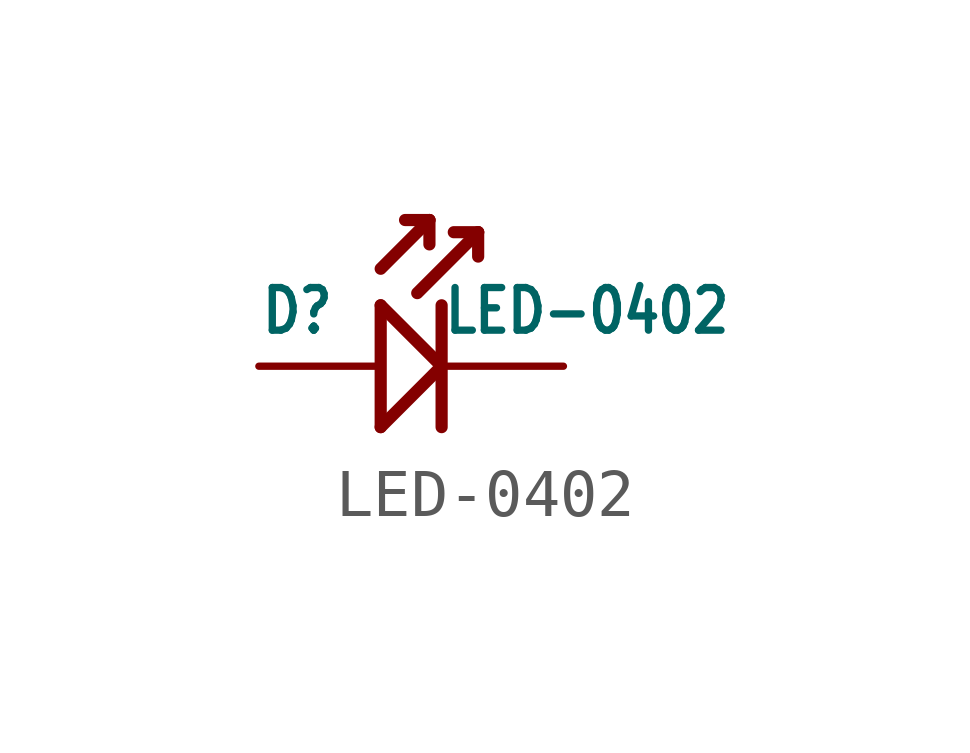
<source format=kicad_sym>
(kicad_symbol_lib
  (version 20211014)
  (generator kicad_symbol_editor)
  (symbol "LED-0402"
    (property "Reference" "D"
      (at -2.54 0.635 0)
      (effects (font (size 0.889 0.756)) (justify left bottom)))
    (property "Value" "LED-0402"
      (at 1.27 0.635 0)
      (effects (font (size 0.889 0.756)) (justify left bottom)))
    (property "ki_locked" ""
      (at 0 0 0)
      (effects (font (size 1.27 1.27))))
    (symbol "LED-0402_1_0"
      (polyline (pts (xy 0 -1.27) (xy 0 1.27)) (stroke (width 0.254) (type default) (color 0 0 0 0)) (fill (type none)))
      (polyline (pts (xy 0 1.27) (xy 1.27 0)) (stroke (width 0.254) (type default) (color 0 0 0 0)) (fill (type none)))
      (polyline (pts (xy 0 2.032) (xy 1.016 3.048)) (stroke (width 0.254) (type default) (color 0 0 0 0)) (fill (type none)))
      (polyline (pts (xy 0.762 1.524) (xy 2.032 2.794)) (stroke (width 0.254) (type default) (color 0 0 0 0)) (fill (type none)))
      (polyline (pts (xy 1.016 3.048) (xy 0.508 3.048)) (stroke (width 0.254) (type default) (color 0 0 0 0)) (fill (type none)))
      (polyline (pts (xy 1.016 3.048) (xy 1.016 2.54)) (stroke (width 0.254) (type default) (color 0 0 0 0)) (fill (type none)))
      (polyline (pts (xy 1.27 0) (xy 0 -1.27)) (stroke (width 0.254) (type default) (color 0 0 0 0)) (fill (type none)))
      (polyline (pts (xy 1.27 0) (xy 1.27 -1.27)) (stroke (width 0.254) (type default) (color 0 0 0 0)) (fill (type none)))
      (polyline (pts (xy 1.27 1.27) (xy 1.27 0)) (stroke (width 0.254) (type default) (color 0 0 0 0)) (fill (type none)))
      (polyline (pts (xy 2.032 2.794) (xy 1.524 2.794)) (stroke (width 0.254) (type default) (color 0 0 0 0)) (fill (type none)))
      (polyline (pts (xy 2.032 2.794) (xy 2.032 2.286)) (stroke (width 0.254) (type default) (color 0 0 0 0)) (fill (type none)))
      (pin passive line (at -2.54 0 0) (length 2.54) (name "+" (effects (font (size 0 0)))) (number "+" (effects (font (size 0 0)))))
      (pin passive line (at 3.81 0 180) (length 2.54) (name "-" (effects (font (size 0 0)))) (number "-" (effects (font (size 0 0))))))))
</source>
